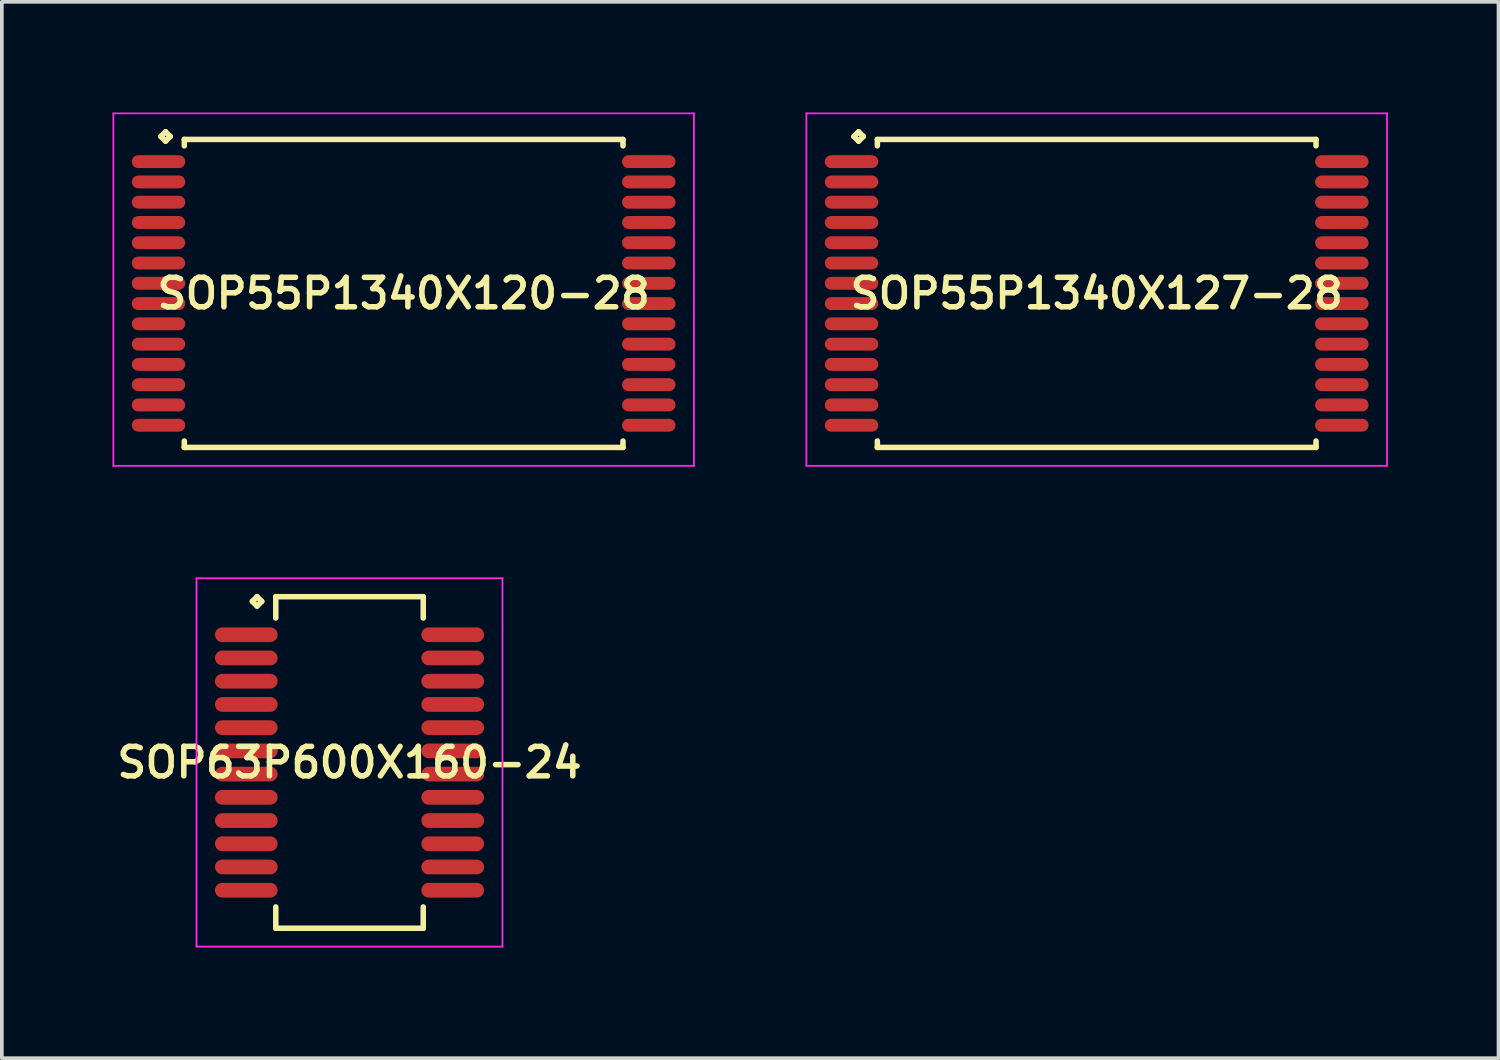
<source format=kicad_pcb>
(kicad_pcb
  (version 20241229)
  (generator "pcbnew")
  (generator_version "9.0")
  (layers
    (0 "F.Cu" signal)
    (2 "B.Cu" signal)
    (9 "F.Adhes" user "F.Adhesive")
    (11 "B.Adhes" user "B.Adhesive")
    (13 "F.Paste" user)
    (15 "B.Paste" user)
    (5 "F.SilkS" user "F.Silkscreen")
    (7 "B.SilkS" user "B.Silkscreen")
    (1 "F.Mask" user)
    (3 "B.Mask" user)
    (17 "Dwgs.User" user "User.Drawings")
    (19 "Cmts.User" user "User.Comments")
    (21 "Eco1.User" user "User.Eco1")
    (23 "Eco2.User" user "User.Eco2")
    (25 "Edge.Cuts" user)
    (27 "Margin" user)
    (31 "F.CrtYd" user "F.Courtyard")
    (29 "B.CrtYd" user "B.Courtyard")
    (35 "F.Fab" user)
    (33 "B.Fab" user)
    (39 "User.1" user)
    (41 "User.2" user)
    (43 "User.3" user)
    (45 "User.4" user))
  (footprint "SOP63P600X160-24"
    (layer "F.Cu")
    (at 6.431 17.634)
    (property "Reference" "SOP63P600X160-24" (at 0 0 0) (layer "F.SilkS") (effects (font (size 0.8 0.8) (thickness 0.15))))
    (attr smd)
    (fp_line (start -2.635 -4.37) (end -2.508 -4.497) (stroke (width 0.15) (type solid)) (layer "F.SilkS"))
    (fp_line (start -2.508 -4.497) (end -2.381 -4.37) (stroke (width 0.15) (type solid)) (layer "F.SilkS"))
    (fp_line (start -2.508 -4.243) (end -2.635 -4.37) (stroke (width 0.15) (type solid)) (layer "F.SilkS"))
    (fp_line (start -2.381 -4.37) (end -2.508 -4.243) (stroke (width 0.15) (type solid)) (layer "F.SilkS"))
    (fp_line (start -2 -4.497) (end 2 -4.497) (stroke (width 0.15) (type solid)) (layer "F.SilkS"))
    (fp_line (start -2 -3.919) (end -2 -4.497) (stroke (width 0.15) (type solid)) (layer "F.SilkS"))
    (fp_line (start -2 3.919) (end -2 4.497) (stroke (width 0.15) (type solid)) (layer "F.SilkS"))
    (fp_line (start -2 4.497) (end 2 4.497) (stroke (width 0.15) (type solid)) (layer "F.SilkS"))
    (fp_line (start 2 -4.497) (end 2 -3.919) (stroke (width 0.15) (type solid)) (layer "F.SilkS"))
    (fp_line (start 2 4.497) (end 2 3.919) (stroke (width 0.15) (type solid)) (layer "F.SilkS"))
    (fp_line (start -4.15 -4.997) (end 4.15 -4.997) (stroke (width 0.05) (type solid)) (layer "F.CrtYd"))
    (fp_line (start -4.15 4.997) (end -4.15 -4.997) (stroke (width 0.05) (type solid)) (layer "F.CrtYd"))
    (fp_line (start 4.15 -4.997) (end 4.15 4.997) (stroke (width 0.05) (type solid)) (layer "F.CrtYd"))
    (fp_line (start 4.15 4.997) (end -4.15 4.997) (stroke (width 0.05) (type solid)) (layer "F.CrtYd"))
    (pad "1" smd oval (at -2.8 -3.465) (size 1.7 0.4) (layers "F.Cu" "F.Mask" "F.Paste"))
    (pad "2" smd oval (at -2.8 -2.835) (size 1.7 0.4) (layers "F.Cu" "F.Mask" "F.Paste"))
    (pad "3" smd oval (at -2.8 -2.205) (size 1.7 0.4) (layers "F.Cu" "F.Mask" "F.Paste"))
    (pad "4" smd oval (at -2.8 -1.575) (size 1.7 0.4) (layers "F.Cu" "F.Mask" "F.Paste"))
    (pad "5" smd oval (at -2.8 -0.945) (size 1.7 0.4) (layers "F.Cu" "F.Mask" "F.Paste"))
    (pad "6" smd oval (at -2.8 -0.315) (size 1.7 0.4) (layers "F.Cu" "F.Mask" "F.Paste"))
    (pad "7" smd oval (at -2.8 0.315) (size 1.7 0.4) (layers "F.Cu" "F.Mask" "F.Paste"))
    (pad "8" smd oval (at -2.8 0.945) (size 1.7 0.4) (layers "F.Cu" "F.Mask" "F.Paste"))
    (pad "9" smd oval (at -2.8 1.575) (size 1.7 0.4) (layers "F.Cu" "F.Mask" "F.Paste"))
    (pad "10" smd oval (at -2.8 2.205) (size 1.7 0.4) (layers "F.Cu" "F.Mask" "F.Paste"))
    (pad "11" smd oval (at -2.8 2.835) (size 1.7 0.4) (layers "F.Cu" "F.Mask" "F.Paste"))
    (pad "12" smd oval (at -2.8 3.465) (size 1.7 0.4) (layers "F.Cu" "F.Mask" "F.Paste"))
    (pad "13" smd oval (at 2.8 3.465) (size 1.7 0.4) (layers "F.Cu" "F.Mask" "F.Paste"))
    (pad "14" smd oval (at 2.8 2.835) (size 1.7 0.4) (layers "F.Cu" "F.Mask" "F.Paste"))
    (pad "15" smd oval (at 2.8 2.205) (size 1.7 0.4) (layers "F.Cu" "F.Mask" "F.Paste"))
    (pad "16" smd oval (at 2.8 1.575) (size 1.7 0.4) (layers "F.Cu" "F.Mask" "F.Paste"))
    (pad "17" smd oval (at 2.8 0.945) (size 1.7 0.4) (layers "F.Cu" "F.Mask" "F.Paste"))
    (pad "18" smd oval (at 2.8 0.315) (size 1.7 0.4) (layers "F.Cu" "F.Mask" "F.Paste"))
    (pad "19" smd oval (at 2.8 -0.315) (size 1.7 0.4) (layers "F.Cu" "F.Mask" "F.Paste"))
    (pad "20" smd oval (at 2.8 -0.945) (size 1.7 0.4) (layers "F.Cu" "F.Mask" "F.Paste"))
    (pad "21" smd oval (at 2.8 -1.575) (size 1.7 0.4) (layers "F.Cu" "F.Mask" "F.Paste"))
    (pad "22" smd oval (at 2.8 -2.205) (size 1.7 0.4) (layers "F.Cu" "F.Mask" "F.Paste"))
    (pad "23" smd oval (at 2.8 -2.835) (size 1.7 0.4) (layers "F.Cu" "F.Mask" "F.Paste"))
    (pad "24" smd oval (at 2.8 -3.465) (size 1.7 0.4) (layers "F.Cu" "F.Mask" "F.Paste")))
  (footprint "SOP55P1340X127-28"
    (layer "F.Cu")
    (at 26.7 4.91)
    (property "Reference" "SOP55P1340X127-28" (at 0 0 0) (layer "F.SilkS") (effects (font (size 0.8 0.8) (thickness 0.15))))
    (attr smd)
    (fp_line (start -6.585 -4.258) (end -6.458 -4.385) (stroke (width 0.15) (type solid)) (layer "F.SilkS"))
    (fp_line (start -6.458 -4.385) (end -6.331 -4.258) (stroke (width 0.15) (type solid)) (layer "F.SilkS"))
    (fp_line (start -6.458 -4.131) (end -6.585 -4.258) (stroke (width 0.15) (type solid)) (layer "F.SilkS"))
    (fp_line (start -6.331 -4.258) (end -6.458 -4.131) (stroke (width 0.15) (type solid)) (layer "F.SilkS"))
    (fp_line (start -5.95 -4.177) (end 5.95 -4.177) (stroke (width 0.15) (type solid)) (layer "F.SilkS"))
    (fp_line (start -5.95 -4.004) (end -5.95 -4.177) (stroke (width 0.15) (type solid)) (layer "F.SilkS"))
    (fp_line (start -5.95 4.004) (end -5.95 4.177) (stroke (width 0.15) (type solid)) (layer "F.SilkS"))
    (fp_line (start -5.95 4.177) (end 5.95 4.177) (stroke (width 0.15) (type solid)) (layer "F.SilkS"))
    (fp_line (start 5.95 -4.177) (end 5.95 -4.004) (stroke (width 0.15) (type solid)) (layer "F.SilkS"))
    (fp_line (start 5.95 4.177) (end 5.95 4.004) (stroke (width 0.15) (type solid)) (layer "F.SilkS"))
    (fp_line (start -7.875 -4.885) (end 7.875 -4.885) (stroke (width 0.05) (type solid)) (layer "F.CrtYd"))
    (fp_line (start -7.875 4.677) (end -7.875 -4.885) (stroke (width 0.05) (type solid)) (layer "F.CrtYd"))
    (fp_line (start 7.875 -4.885) (end 7.875 4.677) (stroke (width 0.05) (type solid)) (layer "F.CrtYd"))
    (fp_line (start 7.875 4.677) (end -7.875 4.677) (stroke (width 0.05) (type solid)) (layer "F.CrtYd"))
    (pad "1" smd oval (at -6.65 -3.575) (size 1.45 0.35) (layers "F.Cu" "F.Mask" "F.Paste"))
    (pad "2" smd oval (at -6.65 -3.025) (size 1.45 0.35) (layers "F.Cu" "F.Mask" "F.Paste"))
    (pad "3" smd oval (at -6.65 -2.475) (size 1.45 0.35) (layers "F.Cu" "F.Mask" "F.Paste"))
    (pad "4" smd oval (at -6.65 -1.925) (size 1.45 0.35) (layers "F.Cu" "F.Mask" "F.Paste"))
    (pad "5" smd oval (at -6.65 -1.375) (size 1.45 0.35) (layers "F.Cu" "F.Mask" "F.Paste"))
    (pad "6" smd oval (at -6.65 -0.825) (size 1.45 0.35) (layers "F.Cu" "F.Mask" "F.Paste"))
    (pad "7" smd oval (at -6.65 -0.275) (size 1.45 0.35) (layers "F.Cu" "F.Mask" "F.Paste"))
    (pad "8" smd oval (at -6.65 0.275) (size 1.45 0.35) (layers "F.Cu" "F.Mask" "F.Paste"))
    (pad "9" smd oval (at -6.65 0.825) (size 1.45 0.35) (layers "F.Cu" "F.Mask" "F.Paste"))
    (pad "10" smd oval (at -6.65 1.375) (size 1.45 0.35) (layers "F.Cu" "F.Mask" "F.Paste"))
    (pad "11" smd oval (at -6.65 1.925) (size 1.45 0.35) (layers "F.Cu" "F.Mask" "F.Paste"))
    (pad "12" smd oval (at -6.65 2.475) (size 1.45 0.35) (layers "F.Cu" "F.Mask" "F.Paste"))
    (pad "13" smd oval (at -6.65 3.025) (size 1.45 0.35) (layers "F.Cu" "F.Mask" "F.Paste"))
    (pad "14" smd oval (at -6.65 3.575) (size 1.45 0.35) (layers "F.Cu" "F.Mask" "F.Paste"))
    (pad "15" smd oval (at 6.65 3.575) (size 1.45 0.35) (layers "F.Cu" "F.Mask" "F.Paste"))
    (pad "16" smd oval (at 6.65 3.025) (size 1.45 0.35) (layers "F.Cu" "F.Mask" "F.Paste"))
    (pad "17" smd oval (at 6.65 2.475) (size 1.45 0.35) (layers "F.Cu" "F.Mask" "F.Paste"))
    (pad "18" smd oval (at 6.65 1.925) (size 1.45 0.35) (layers "F.Cu" "F.Mask" "F.Paste"))
    (pad "19" smd oval (at 6.65 1.375) (size 1.45 0.35) (layers "F.Cu" "F.Mask" "F.Paste"))
    (pad "20" smd oval (at 6.65 0.825) (size 1.45 0.35) (layers "F.Cu" "F.Mask" "F.Paste"))
    (pad "21" smd oval (at 6.65 0.275) (size 1.45 0.35) (layers "F.Cu" "F.Mask" "F.Paste"))
    (pad "22" smd oval (at 6.65 -0.275) (size 1.45 0.35) (layers "F.Cu" "F.Mask" "F.Paste"))
    (pad "23" smd oval (at 6.65 -0.825) (size 1.45 0.35) (layers "F.Cu" "F.Mask" "F.Paste"))
    (pad "24" smd oval (at 6.65 -1.375) (size 1.45 0.35) (layers "F.Cu" "F.Mask" "F.Paste"))
    (pad "25" smd oval (at 6.65 -1.925) (size 1.45 0.35) (layers "F.Cu" "F.Mask" "F.Paste"))
    (pad "26" smd oval (at 6.65 -2.475) (size 1.45 0.35) (layers "F.Cu" "F.Mask" "F.Paste"))
    (pad "27" smd oval (at 6.65 -3.025) (size 1.45 0.35) (layers "F.Cu" "F.Mask" "F.Paste"))
    (pad "28" smd oval (at 6.65 -3.575) (size 1.45 0.35) (layers "F.Cu" "F.Mask" "F.Paste")))
  (footprint "SOP55P1340X120-28"
    (layer "F.Cu")
    (at 7.9 4.91)
    (property "Reference" "SOP55P1340X120-28" (at 0 0 0) (layer "F.SilkS") (effects (font (size 0.8 0.8) (thickness 0.15))))
    (attr smd)
    (fp_line (start -6.585 -4.258) (end -6.458 -4.385) (stroke (width 0.15) (type solid)) (layer "F.SilkS"))
    (fp_line (start -6.458 -4.385) (end -6.331 -4.258) (stroke (width 0.15) (type solid)) (layer "F.SilkS"))
    (fp_line (start -6.458 -4.131) (end -6.585 -4.258) (stroke (width 0.15) (type solid)) (layer "F.SilkS"))
    (fp_line (start -6.331 -4.258) (end -6.458 -4.131) (stroke (width 0.15) (type solid)) (layer "F.SilkS"))
    (fp_line (start -5.95 -4.177) (end 5.95 -4.177) (stroke (width 0.15) (type solid)) (layer "F.SilkS"))
    (fp_line (start -5.95 -4.004) (end -5.95 -4.177) (stroke (width 0.15) (type solid)) (layer "F.SilkS"))
    (fp_line (start -5.95 4.004) (end -5.95 4.177) (stroke (width 0.15) (type solid)) (layer "F.SilkS"))
    (fp_line (start -5.95 4.177) (end 5.95 4.177) (stroke (width 0.15) (type solid)) (layer "F.SilkS"))
    (fp_line (start 5.95 -4.177) (end 5.95 -4.004) (stroke (width 0.15) (type solid)) (layer "F.SilkS"))
    (fp_line (start 5.95 4.177) (end 5.95 4.004) (stroke (width 0.15) (type solid)) (layer "F.SilkS"))
    (fp_line (start -7.875 -4.885) (end 7.875 -4.885) (stroke (width 0.05) (type solid)) (layer "F.CrtYd"))
    (fp_line (start -7.875 4.677) (end -7.875 -4.885) (stroke (width 0.05) (type solid)) (layer "F.CrtYd"))
    (fp_line (start 7.875 -4.885) (end 7.875 4.677) (stroke (width 0.05) (type solid)) (layer "F.CrtYd"))
    (fp_line (start 7.875 4.677) (end -7.875 4.677) (stroke (width 0.05) (type solid)) (layer "F.CrtYd"))
    (pad "1" smd oval (at -6.65 -3.575) (size 1.45 0.35) (layers "F.Cu" "F.Mask" "F.Paste"))
    (pad "2" smd oval (at -6.65 -3.025) (size 1.45 0.35) (layers "F.Cu" "F.Mask" "F.Paste"))
    (pad "3" smd oval (at -6.65 -2.475) (size 1.45 0.35) (layers "F.Cu" "F.Mask" "F.Paste"))
    (pad "4" smd oval (at -6.65 -1.925) (size 1.45 0.35) (layers "F.Cu" "F.Mask" "F.Paste"))
    (pad "5" smd oval (at -6.65 -1.375) (size 1.45 0.35) (layers "F.Cu" "F.Mask" "F.Paste"))
    (pad "6" smd oval (at -6.65 -0.825) (size 1.45 0.35) (layers "F.Cu" "F.Mask" "F.Paste"))
    (pad "7" smd oval (at -6.65 -0.275) (size 1.45 0.35) (layers "F.Cu" "F.Mask" "F.Paste"))
    (pad "8" smd oval (at -6.65 0.275) (size 1.45 0.35) (layers "F.Cu" "F.Mask" "F.Paste"))
    (pad "9" smd oval (at -6.65 0.825) (size 1.45 0.35) (layers "F.Cu" "F.Mask" "F.Paste"))
    (pad "10" smd oval (at -6.65 1.375) (size 1.45 0.35) (layers "F.Cu" "F.Mask" "F.Paste"))
    (pad "11" smd oval (at -6.65 1.925) (size 1.45 0.35) (layers "F.Cu" "F.Mask" "F.Paste"))
    (pad "12" smd oval (at -6.65 2.475) (size 1.45 0.35) (layers "F.Cu" "F.Mask" "F.Paste"))
    (pad "13" smd oval (at -6.65 3.025) (size 1.45 0.35) (layers "F.Cu" "F.Mask" "F.Paste"))
    (pad "14" smd oval (at -6.65 3.575) (size 1.45 0.35) (layers "F.Cu" "F.Mask" "F.Paste"))
    (pad "15" smd oval (at 6.65 3.575) (size 1.45 0.35) (layers "F.Cu" "F.Mask" "F.Paste"))
    (pad "16" smd oval (at 6.65 3.025) (size 1.45 0.35) (layers "F.Cu" "F.Mask" "F.Paste"))
    (pad "17" smd oval (at 6.65 2.475) (size 1.45 0.35) (layers "F.Cu" "F.Mask" "F.Paste"))
    (pad "18" smd oval (at 6.65 1.925) (size 1.45 0.35) (layers "F.Cu" "F.Mask" "F.Paste"))
    (pad "19" smd oval (at 6.65 1.375) (size 1.45 0.35) (layers "F.Cu" "F.Mask" "F.Paste"))
    (pad "20" smd oval (at 6.65 0.825) (size 1.45 0.35) (layers "F.Cu" "F.Mask" "F.Paste"))
    (pad "21" smd oval (at 6.65 0.275) (size 1.45 0.35) (layers "F.Cu" "F.Mask" "F.Paste"))
    (pad "22" smd oval (at 6.65 -0.275) (size 1.45 0.35) (layers "F.Cu" "F.Mask" "F.Paste"))
    (pad "23" smd oval (at 6.65 -0.825) (size 1.45 0.35) (layers "F.Cu" "F.Mask" "F.Paste"))
    (pad "24" smd oval (at 6.65 -1.375) (size 1.45 0.35) (layers "F.Cu" "F.Mask" "F.Paste"))
    (pad "25" smd oval (at 6.65 -1.925) (size 1.45 0.35) (layers "F.Cu" "F.Mask" "F.Paste"))
    (pad "26" smd oval (at 6.65 -2.475) (size 1.45 0.35) (layers "F.Cu" "F.Mask" "F.Paste"))
    (pad "27" smd oval (at 6.65 -3.025) (size 1.45 0.35) (layers "F.Cu" "F.Mask" "F.Paste"))
    (pad "28" smd oval (at 6.65 -3.575) (size 1.45 0.35) (layers "F.Cu" "F.Mask" "F.Paste")))
  (gr_rect
    (start -3 -3)
    (end 37.6 25.656)
    (stroke (width 0.1) (type default))
    (fill no)
    (layer "Edge.Cuts")))
</source>
